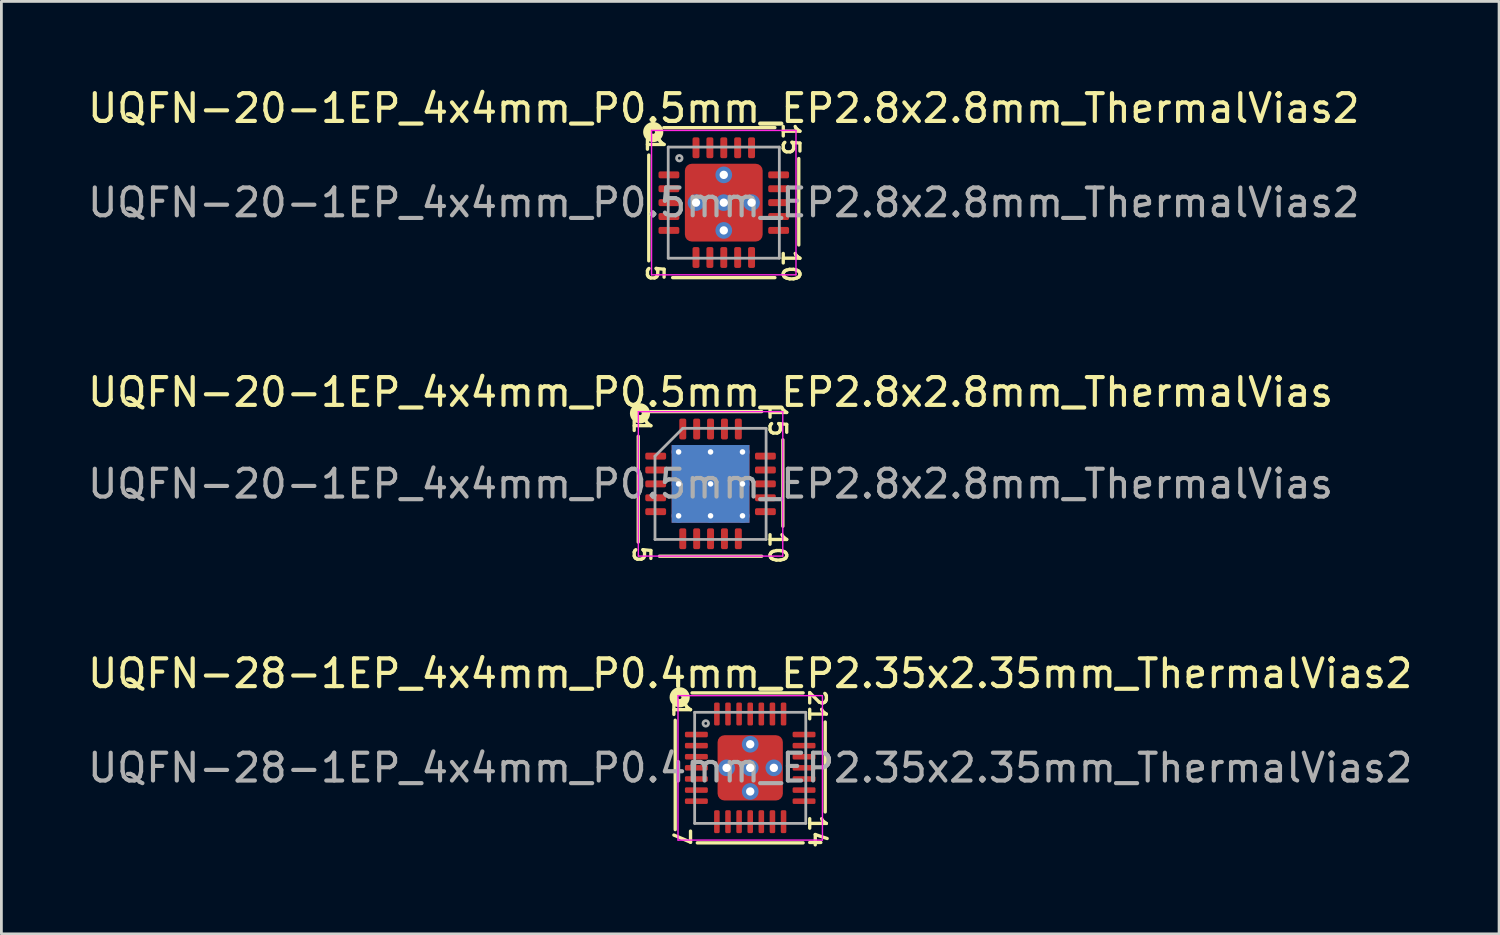
<source format=kicad_pcb>
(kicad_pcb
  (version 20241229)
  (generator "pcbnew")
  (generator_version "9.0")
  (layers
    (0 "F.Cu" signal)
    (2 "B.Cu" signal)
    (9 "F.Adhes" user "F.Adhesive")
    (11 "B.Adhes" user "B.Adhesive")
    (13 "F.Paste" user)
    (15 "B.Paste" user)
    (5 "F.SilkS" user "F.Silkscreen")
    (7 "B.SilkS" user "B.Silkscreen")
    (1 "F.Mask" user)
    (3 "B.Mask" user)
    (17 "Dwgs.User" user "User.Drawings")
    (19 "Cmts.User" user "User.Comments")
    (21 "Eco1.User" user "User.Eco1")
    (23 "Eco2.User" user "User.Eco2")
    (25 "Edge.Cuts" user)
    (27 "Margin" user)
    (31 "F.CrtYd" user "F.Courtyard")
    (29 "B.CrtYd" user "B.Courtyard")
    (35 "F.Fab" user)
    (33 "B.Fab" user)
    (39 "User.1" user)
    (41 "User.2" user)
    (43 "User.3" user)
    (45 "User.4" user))
  (footprint "UQFN-28-1EP_4x4mm_P0.4mm_EP2.35x2.35mm_ThermalVias2"
    (layer "F.Cu")
    (at 23.958 24.593)
    (property "Reference" "UQFN-28-1EP_4x4mm_P0.4mm_EP2.35x2.35mm_ThermalVias2" (at 0 -3.397 0) (layer "F.SilkS") (effects (font (size 1 1) (thickness 0.15))))
    (attr smd)
    (fp_line (start -2.7 -1.714) (end -2.7 2.223) (stroke (width 0.12) (type solid)) (layer "F.SilkS"))
    (fp_line (start -1.905 2.7) (end 1.905 2.7) (stroke (width 0.12) (type solid)) (layer "F.SilkS"))
    (fp_line (start 1.905 -2.7) (end -2.095 -2.7) (stroke (width 0.12) (type solid)) (layer "F.SilkS"))
    (fp_line (start 2.7 1.587) (end 2.7 -1.651) (stroke (width 0.12) (type solid)) (layer "F.SilkS"))
    (fp_circle (center -2.54 -2.54) (end -2.477 -2.54) (stroke (width 0.3) (type solid)) (fill no) (layer "F.SilkS"))
    (fp_line (start -2.6 -2.6) (end -2.6 2.6) (stroke (width 0.05) (type solid)) (layer "F.CrtYd"))
    (fp_line (start -2.6 2.6) (end 2.6 2.6) (stroke (width 0.05) (type solid)) (layer "F.CrtYd"))
    (fp_line (start 2.6 -2.6) (end -2.6 -2.6) (stroke (width 0.05) (type solid)) (layer "F.CrtYd"))
    (fp_line (start 2.6 2.6) (end 2.6 -2.6) (stroke (width 0.05) (type solid)) (layer "F.CrtYd"))
    (fp_line (start -2 -2) (end 2 -2) (stroke (width 0.1) (type solid)) (layer "F.Fab"))
    (fp_line (start -2 2) (end -2 -2) (stroke (width 0.1) (type solid)) (layer "F.Fab"))
    (fp_line (start 2 -2) (end 2 2) (stroke (width 0.1) (type solid)) (layer "F.Fab"))
    (fp_line (start 2 2) (end -2 2) (stroke (width 0.1) (type solid)) (layer "F.Fab"))
    (fp_circle (center -1.6 -1.6) (end -1.5 -1.6) (stroke (width 0.1) (type solid)) (fill no) (layer "F.Fab"))
    (fp_text user "21" (at 2.413 -2.223 270) (unlocked yes) (layer "F.SilkS") (effects (font (size 0.6 0.6) (thickness 0.12))))
    (fp_text user "14" (at 2.413 2.286 270) (unlocked yes) (layer "F.SilkS") (effects (font (size 0.6 0.6) (thickness 0.12))))
    (fp_text user "1" (at -2.477 -2.095 270) (unlocked yes) (layer "F.SilkS") (effects (font (size 0.6 0.6) (thickness 0.12))))
    (fp_text user "7" (at -2.477 2.477 270) (unlocked yes) (layer "F.SilkS") (effects (font (size 0.6 0.6) (thickness 0.12))))
    (fp_text user "${REFERENCE}" (at 0 0 0) (layer "F.Fab") (effects (font (size 1 1) (thickness 0.15))))
    (pad "" smd roundrect (at -0.688 -0.688 270) (size 0.775 0.775) (layers "F.Mask") (roundrect_rratio 0.25))
    (pad "" smd roundrect (at -0.688 0.688 270) (size 0.775 0.775) (layers "F.Mask") (roundrect_rratio 0.25))
    (pad "" smd roundrect (at -0.675 -0.675) (size 0.55 0.55) (layers "F.Paste") (roundrect_rratio 0.25))
    (pad "" smd roundrect (at -0.675 0.675) (size 0.55 0.55) (layers "F.Paste") (roundrect_rratio 0.25))
    (pad "" smd roundrect (at 0.675 -0.675) (size 0.55 0.55) (layers "F.Paste") (roundrect_rratio 0.25))
    (pad "" smd roundrect (at 0.675 0.675) (size 0.55 0.55) (layers "F.Paste") (roundrect_rratio 0.25))
    (pad "" smd roundrect (at 0.688 -0.688 270) (size 0.775 0.775) (layers "F.Mask") (roundrect_rratio 0.25))
    (pad "" smd roundrect (at 0.688 0.688 270) (size 0.775 0.775) (layers "F.Mask") (roundrect_rratio 0.25))
    (pad "1" smd roundrect (at -1.938 -1.2) (size 0.825 0.2) (layers "F.Cu" "F.Mask" "F.Paste") (roundrect_rratio 0.25))
    (pad "2" smd roundrect (at -1.938 -0.8) (size 0.825 0.2) (layers "F.Cu" "F.Mask" "F.Paste") (roundrect_rratio 0.25))
    (pad "3" smd roundrect (at -1.938 -0.4) (size 0.825 0.2) (layers "F.Cu" "F.Mask" "F.Paste") (roundrect_rratio 0.25))
    (pad "4" smd roundrect (at -1.938 0) (size 0.825 0.2) (layers "F.Cu" "F.Mask" "F.Paste") (roundrect_rratio 0.25))
    (pad "5" smd roundrect (at -1.938 0.4) (size 0.825 0.2) (layers "F.Cu" "F.Mask" "F.Paste") (roundrect_rratio 0.25))
    (pad "6" smd roundrect (at -1.938 0.8) (size 0.825 0.2) (layers "F.Cu" "F.Mask" "F.Paste") (roundrect_rratio 0.25))
    (pad "7" smd roundrect (at -1.938 1.2) (size 0.825 0.2) (layers "F.Cu" "F.Mask" "F.Paste") (roundrect_rratio 0.25))
    (pad "8" smd roundrect (at -1.2 1.938) (size 0.2 0.825) (layers "F.Cu" "F.Mask" "F.Paste") (roundrect_rratio 0.25))
    (pad "9" smd roundrect (at -0.8 1.938) (size 0.2 0.825) (layers "F.Cu" "F.Mask" "F.Paste") (roundrect_rratio 0.25))
    (pad "10" smd roundrect (at -0.4 1.938) (size 0.2 0.825) (layers "F.Cu" "F.Mask" "F.Paste") (roundrect_rratio 0.25))
    (pad "11" smd roundrect (at 0 1.938) (size 0.2 0.825) (layers "F.Cu" "F.Mask" "F.Paste") (roundrect_rratio 0.25))
    (pad "12" smd roundrect (at 0.4 1.938) (size 0.2 0.825) (layers "F.Cu" "F.Mask" "F.Paste") (roundrect_rratio 0.25))
    (pad "13" smd roundrect (at 0.8 1.938) (size 0.2 0.825) (layers "F.Cu" "F.Mask" "F.Paste") (roundrect_rratio 0.25))
    (pad "14" smd roundrect (at 1.2 1.938) (size 0.2 0.825) (layers "F.Cu" "F.Mask" "F.Paste") (roundrect_rratio 0.25))
    (pad "15" smd roundrect (at 1.938 1.2) (size 0.825 0.2) (layers "F.Cu" "F.Mask" "F.Paste") (roundrect_rratio 0.25))
    (pad "16" smd roundrect (at 1.938 0.8) (size 0.825 0.2) (layers "F.Cu" "F.Mask" "F.Paste") (roundrect_rratio 0.25))
    (pad "17" smd roundrect (at 1.938 0.4) (size 0.825 0.2) (layers "F.Cu" "F.Mask" "F.Paste") (roundrect_rratio 0.25))
    (pad "18" smd roundrect (at 1.938 0) (size 0.825 0.2) (layers "F.Cu" "F.Mask" "F.Paste") (roundrect_rratio 0.25))
    (pad "19" smd roundrect (at 1.938 -0.4) (size 0.825 0.2) (layers "F.Cu" "F.Mask" "F.Paste") (roundrect_rratio 0.25))
    (pad "20" smd roundrect (at 1.938 -0.8) (size 0.825 0.2) (layers "F.Cu" "F.Mask" "F.Paste") (roundrect_rratio 0.25))
    (pad "21" smd roundrect (at 1.938 -1.2) (size 0.825 0.2) (layers "F.Cu" "F.Mask" "F.Paste") (roundrect_rratio 0.25))
    (pad "22" smd roundrect (at 1.2 -1.938) (size 0.2 0.825) (layers "F.Cu" "F.Mask" "F.Paste") (roundrect_rratio 0.25))
    (pad "23" smd roundrect (at 0.8 -1.938) (size 0.2 0.825) (layers "F.Cu" "F.Mask" "F.Paste") (roundrect_rratio 0.25))
    (pad "24" smd roundrect (at 0.4 -1.938) (size 0.2 0.825) (layers "F.Cu" "F.Mask" "F.Paste") (roundrect_rratio 0.25))
    (pad "25" smd roundrect (at 0 -1.938) (size 0.2 0.825) (layers "F.Cu" "F.Mask" "F.Paste") (roundrect_rratio 0.25))
    (pad "26" smd roundrect (at -0.4 -1.938) (size 0.2 0.825) (layers "F.Cu" "F.Mask" "F.Paste") (roundrect_rratio 0.25))
    (pad "27" smd roundrect (at -0.8 -1.938) (size 0.2 0.825) (layers "F.Cu" "F.Mask" "F.Paste") (roundrect_rratio 0.25))
    (pad "28" smd roundrect (at -1.2 -1.938) (size 0.2 0.825) (layers "F.Cu" "F.Mask" "F.Paste") (roundrect_rratio 0.25))
    (pad "29" thru_hole circle (at -0.85 0 180) (size 0.6 0.6) (drill 0.3) (property pad_prop_heatsink) (layers "*.Cu" "*.Mask"))
    (pad "29" thru_hole circle (at 0 -0.85 180) (size 0.6 0.6) (drill 0.3) (property pad_prop_heatsink) (layers "*.Cu" "*.Mask"))
    (pad "29" thru_hole circle (at 0 0 180) (size 0.6 0.6) (drill 0.3) (property pad_prop_heatsink) (layers "*.Cu" "*.Mask"))
    (pad "29" smd roundrect (at 0 0) (size 2.35 2.35) (layers "F.Cu") (roundrect_rratio 0.106))
    (pad "29" thru_hole circle (at 0 0.85 180) (size 0.6 0.6) (drill 0.3) (property pad_prop_heatsink) (layers "*.Cu" "*.Mask"))
    (pad "29" thru_hole circle (at 0.85 0 180) (size 0.6 0.6) (drill 0.3) (property pad_prop_heatsink) (layers "*.Cu" "*.Mask")))
  (footprint "UQFN-20-1EP_4x4mm_P0.5mm_EP2.8x2.8mm_ThermalVias"
    (layer "F.Cu")
    (at 22.53 14.37)
    (property "Reference" "UQFN-20-1EP_4x4mm_P0.5mm_EP2.8x2.8mm_ThermalVias" (at 0 -3.3 0) (layer "F.SilkS") (effects (font (size 1 1) (thickness 0.15))))
    (attr smd)
    (fp_line (start -2.603 -1.714) (end -2.603 2.095) (stroke (width 0.12) (type solid)) (layer "F.SilkS"))
    (fp_line (start -1.841 2.603) (end 1.841 2.603) (stroke (width 0.12) (type solid)) (layer "F.SilkS"))
    (fp_line (start 1.841 -2.603) (end -2.159 -2.603) (stroke (width 0.12) (type solid)) (layer "F.SilkS"))
    (fp_line (start 2.603 1.524) (end 2.603 -1.587) (stroke (width 0.12) (type solid)) (layer "F.SilkS"))
    (fp_circle (center -2.54 -2.54) (end -2.477 -2.54) (stroke (width 0.3) (type solid)) (fill no) (layer "F.SilkS"))
    (fp_line (start -2.6 -2.6) (end -2.6 2.6) (stroke (width 0.05) (type solid)) (layer "F.CrtYd"))
    (fp_line (start -2.6 2.6) (end 2.6 2.6) (stroke (width 0.05) (type solid)) (layer "F.CrtYd"))
    (fp_line (start 2.6 -2.6) (end -2.6 -2.6) (stroke (width 0.05) (type solid)) (layer "F.CrtYd"))
    (fp_line (start 2.6 2.6) (end 2.6 -2.6) (stroke (width 0.05) (type solid)) (layer "F.CrtYd"))
    (fp_line (start -2 -1) (end -1 -2) (stroke (width 0.1) (type solid)) (layer "F.Fab"))
    (fp_line (start -2 2) (end -2 -1) (stroke (width 0.1) (type solid)) (layer "F.Fab"))
    (fp_line (start -1 -2) (end 2 -2) (stroke (width 0.1) (type solid)) (layer "F.Fab"))
    (fp_line (start 2 -2) (end 2 2) (stroke (width 0.1) (type solid)) (layer "F.Fab"))
    (fp_line (start 2 2) (end -2 2) (stroke (width 0.1) (type solid)) (layer "F.Fab"))
    (fp_text user "1" (at -2.477 -2.095 270) (unlocked yes) (layer "F.SilkS") (effects (font (size 0.6 0.6) (thickness 0.12))))
    (fp_text user "15" (at 2.413 -2.286 270) (unlocked yes) (layer "F.SilkS") (effects (font (size 0.6 0.6) (thickness 0.12))))
    (fp_text user "10" (at 2.413 2.286 270) (unlocked yes) (layer "F.SilkS") (effects (font (size 0.6 0.6) (thickness 0.12))))
    (fp_text user "5" (at -2.477 2.54 270) (unlocked yes) (layer "F.SilkS") (effects (font (size 0.6 0.6) (thickness 0.12))))
    (fp_text user "${REFERENCE}" (at 0 0 0) (layer "F.Fab") (effects (font (size 1 1) (thickness 0.15))))
    (pad "" smd roundrect (at -0.7 -0.7) (size 1.17 1.17) (layers "F.Paste") (roundrect_rratio 0.214))
    (pad "" smd roundrect (at -0.7 0.7) (size 1.17 1.17) (layers "F.Paste") (roundrect_rratio 0.214))
    (pad "" smd roundrect (at 0.7 -0.7) (size 1.17 1.17) (layers "F.Paste") (roundrect_rratio 0.214))
    (pad "" smd roundrect (at 0.7 0.7) (size 1.17 1.17) (layers "F.Paste") (roundrect_rratio 0.214))
    (pad "1" smd roundrect (at -1.975 -1) (size 0.75 0.25) (layers "F.Cu" "F.Mask" "F.Paste") (roundrect_rratio 0.25))
    (pad "2" smd roundrect (at -1.975 -0.5) (size 0.75 0.25) (layers "F.Cu" "F.Mask" "F.Paste") (roundrect_rratio 0.25))
    (pad "3" smd roundrect (at -1.975 0) (size 0.75 0.25) (layers "F.Cu" "F.Mask" "F.Paste") (roundrect_rratio 0.25))
    (pad "4" smd roundrect (at -1.975 0.5) (size 0.75 0.25) (layers "F.Cu" "F.Mask" "F.Paste") (roundrect_rratio 0.25))
    (pad "5" smd roundrect (at -1.975 1) (size 0.75 0.25) (layers "F.Cu" "F.Mask" "F.Paste") (roundrect_rratio 0.25))
    (pad "6" smd roundrect (at -1 1.975) (size 0.25 0.75) (layers "F.Cu" "F.Mask" "F.Paste") (roundrect_rratio 0.25))
    (pad "7" smd roundrect (at -0.5 1.975) (size 0.25 0.75) (layers "F.Cu" "F.Mask" "F.Paste") (roundrect_rratio 0.25))
    (pad "8" smd roundrect (at 0 1.975) (size 0.25 0.75) (layers "F.Cu" "F.Mask" "F.Paste") (roundrect_rratio 0.25))
    (pad "9" smd roundrect (at 0.5 1.975) (size 0.25 0.75) (layers "F.Cu" "F.Mask" "F.Paste") (roundrect_rratio 0.25))
    (pad "10" smd roundrect (at 1 1.975) (size 0.25 0.75) (layers "F.Cu" "F.Mask" "F.Paste") (roundrect_rratio 0.25))
    (pad "11" smd roundrect (at 1.975 1) (size 0.75 0.25) (layers "F.Cu" "F.Mask" "F.Paste") (roundrect_rratio 0.25))
    (pad "12" smd roundrect (at 1.975 0.5) (size 0.75 0.25) (layers "F.Cu" "F.Mask" "F.Paste") (roundrect_rratio 0.25))
    (pad "13" smd roundrect (at 1.975 0) (size 0.75 0.25) (layers "F.Cu" "F.Mask" "F.Paste") (roundrect_rratio 0.25))
    (pad "14" smd roundrect (at 1.975 -0.5) (size 0.75 0.25) (layers "F.Cu" "F.Mask" "F.Paste") (roundrect_rratio 0.25))
    (pad "15" smd roundrect (at 1.975 -1) (size 0.75 0.25) (layers "F.Cu" "F.Mask" "F.Paste") (roundrect_rratio 0.25))
    (pad "16" smd roundrect (at 1 -1.975) (size 0.25 0.75) (layers "F.Cu" "F.Mask" "F.Paste") (roundrect_rratio 0.25))
    (pad "17" smd roundrect (at 0.5 -1.975) (size 0.25 0.75) (layers "F.Cu" "F.Mask" "F.Paste") (roundrect_rratio 0.25))
    (pad "18" smd roundrect (at 0 -1.975) (size 0.25 0.75) (layers "F.Cu" "F.Mask" "F.Paste") (roundrect_rratio 0.25))
    (pad "19" smd roundrect (at -0.5 -1.975) (size 0.25 0.75) (layers "F.Cu" "F.Mask" "F.Paste") (roundrect_rratio 0.25))
    (pad "20" smd roundrect (at -1 -1.975) (size 0.25 0.75) (layers "F.Cu" "F.Mask" "F.Paste") (roundrect_rratio 0.25))
    (pad "21" thru_hole circle (at -1.15 -1.15) (size 0.5 0.5) (drill 0.2) (layers "*.Cu"))
    (pad "21" thru_hole circle (at -1.15 0) (size 0.5 0.5) (drill 0.2) (layers "*.Cu"))
    (pad "21" thru_hole circle (at -1.15 1.15) (size 0.5 0.5) (drill 0.2) (layers "*.Cu"))
    (pad "21" thru_hole circle (at 0 -1.15) (size 0.5 0.5) (drill 0.2) (layers "*.Cu"))
    (pad "21" thru_hole circle (at 0 0) (size 0.5 0.5) (drill 0.2) (layers "*.Cu"))
    (pad "21" smd rect (at 0 0) (size 2.8 2.8) (layers "F.Cu" "F.Mask"))
    (pad "21" smd rect (at 0 0) (size 2.8 2.8) (layers "B.Cu" "B.Mask"))
    (pad "21" thru_hole circle (at 0 1.15) (size 0.5 0.5) (drill 0.2) (layers "*.Cu"))
    (pad "21" thru_hole circle (at 1.15 -1.15) (size 0.5 0.5) (drill 0.2) (layers "*.Cu"))
    (pad "21" thru_hole circle (at 1.15 0) (size 0.5 0.5) (drill 0.2) (layers "*.Cu"))
    (pad "21" thru_hole circle (at 1.15 1.15) (size 0.5 0.5) (drill 0.2) (layers "*.Cu")))
  (footprint "UQFN-20-1EP_4x4mm_P0.5mm_EP2.8x2.8mm_ThermalVias2"
    (layer "F.Cu")
    (at 23.006 4.245)
    (property "Reference" "UQFN-20-1EP_4x4mm_P0.5mm_EP2.8x2.8mm_ThermalVias2" (at 0 -3.397 0) (layer "F.SilkS") (effects (font (size 1 1) (thickness 0.15))))
    (attr smd)
    (fp_line (start -2.7 -1.714) (end -2.7 2.095) (stroke (width 0.12) (type solid)) (layer "F.SilkS"))
    (fp_line (start -1.841 2.7) (end 1.841 2.7) (stroke (width 0.12) (type solid)) (layer "F.SilkS"))
    (fp_line (start 1.841 -2.7) (end -2.159 -2.7) (stroke (width 0.12) (type solid)) (layer "F.SilkS"))
    (fp_line (start 2.7 1.524) (end 2.7 -1.587) (stroke (width 0.12) (type solid)) (layer "F.SilkS"))
    (fp_circle (center -2.54 -2.54) (end -2.477 -2.54) (stroke (width 0.3) (type solid)) (fill no) (layer "F.SilkS"))
    (fp_line (start -2.6 -2.6) (end -2.6 2.6) (stroke (width 0.05) (type solid)) (layer "F.CrtYd"))
    (fp_line (start -2.6 2.6) (end 2.6 2.6) (stroke (width 0.05) (type solid)) (layer "F.CrtYd"))
    (fp_line (start 2.6 -2.6) (end -2.6 -2.6) (stroke (width 0.05) (type solid)) (layer "F.CrtYd"))
    (fp_line (start 2.6 2.6) (end 2.6 -2.6) (stroke (width 0.05) (type solid)) (layer "F.CrtYd"))
    (fp_line (start -2 -2) (end 2 -2) (stroke (width 0.1) (type solid)) (layer "F.Fab"))
    (fp_line (start -2 2) (end -2 -2) (stroke (width 0.1) (type solid)) (layer "F.Fab"))
    (fp_line (start 2 -2) (end 2 2) (stroke (width 0.1) (type solid)) (layer "F.Fab"))
    (fp_line (start 2 2) (end -2 2) (stroke (width 0.1) (type solid)) (layer "F.Fab"))
    (fp_circle (center -1.6 -1.6) (end -1.5 -1.6) (stroke (width 0.1) (type solid)) (fill no) (layer "F.Fab"))
    (fp_text user "15" (at 2.413 -2.286 270) (unlocked yes) (layer "F.SilkS") (effects (font (size 0.6 0.6) (thickness 0.12))))
    (fp_text user "1" (at -2.477 -2.095 270) (unlocked yes) (layer "F.SilkS") (effects (font (size 0.6 0.6) (thickness 0.12))))
    (fp_text user "10" (at 2.413 2.286 270) (unlocked yes) (layer "F.SilkS") (effects (font (size 0.6 0.6) (thickness 0.12))))
    (fp_text user "5" (at -2.477 2.54 270) (unlocked yes) (layer "F.SilkS") (effects (font (size 0.6 0.6) (thickness 0.12))))
    (fp_text user "${REFERENCE}" (at 0 0 0) (layer "F.Fab") (effects (font (size 1 1) (thickness 0.15))))
    (pad "" smd roundrect (at -0.8 -0.8) (size 0.7 0.7) (layers "F.Paste") (roundrect_rratio 0.25))
    (pad "" smd roundrect (at -0.8 -0.8 270) (size 1 1) (layers "F.Mask") (roundrect_rratio 0.25))
    (pad "" smd roundrect (at -0.8 0.8 90) (size 0.7 0.7) (layers "F.Paste") (roundrect_rratio 0.25))
    (pad "" smd roundrect (at -0.8 0.8 270) (size 1 1) (layers "F.Mask") (roundrect_rratio 0.25))
    (pad "" smd roundrect (at 0.775 -0.775) (size 0.75 0.75) (layers "F.Paste") (roundrect_rratio 0.25))
    (pad "" smd roundrect (at 0.8 -0.8 270) (size 1 1) (layers "F.Mask") (roundrect_rratio 0.25))
    (pad "" smd roundrect (at 0.8 0.8) (size 0.7 0.7) (layers "F.Paste") (roundrect_rratio 0.25))
    (pad "" smd roundrect (at 0.8 0.8 270) (size 1 1) (layers "F.Mask") (roundrect_rratio 0.25))
    (pad "1" smd roundrect (at -1.975 -1) (size 0.75 0.25) (layers "F.Cu" "F.Mask" "F.Paste") (roundrect_rratio 0.25))
    (pad "2" smd roundrect (at -1.975 -0.5) (size 0.75 0.25) (layers "F.Cu" "F.Mask" "F.Paste") (roundrect_rratio 0.25))
    (pad "3" smd roundrect (at -1.975 0) (size 0.75 0.25) (layers "F.Cu" "F.Mask" "F.Paste") (roundrect_rratio 0.25))
    (pad "4" smd roundrect (at -1.975 0.5) (size 0.75 0.25) (layers "F.Cu" "F.Mask" "F.Paste") (roundrect_rratio 0.25))
    (pad "5" smd roundrect (at -1.975 1) (size 0.75 0.25) (layers "F.Cu" "F.Mask" "F.Paste") (roundrect_rratio 0.25))
    (pad "6" smd roundrect (at -1 1.975) (size 0.25 0.75) (layers "F.Cu" "F.Mask" "F.Paste") (roundrect_rratio 0.25))
    (pad "7" smd roundrect (at -0.5 1.975) (size 0.25 0.75) (layers "F.Cu" "F.Mask" "F.Paste") (roundrect_rratio 0.25))
    (pad "8" smd roundrect (at 0 1.975) (size 0.25 0.75) (layers "F.Cu" "F.Mask" "F.Paste") (roundrect_rratio 0.25))
    (pad "9" smd roundrect (at 0.5 1.975) (size 0.25 0.75) (layers "F.Cu" "F.Mask" "F.Paste") (roundrect_rratio 0.25))
    (pad "10" smd roundrect (at 1 1.975) (size 0.25 0.75) (layers "F.Cu" "F.Mask" "F.Paste") (roundrect_rratio 0.25))
    (pad "11" smd roundrect (at 1.975 1) (size 0.75 0.25) (layers "F.Cu" "F.Mask" "F.Paste") (roundrect_rratio 0.25))
    (pad "12" smd roundrect (at 1.975 0.5) (size 0.75 0.25) (layers "F.Cu" "F.Mask" "F.Paste") (roundrect_rratio 0.25))
    (pad "13" smd roundrect (at 1.975 0) (size 0.75 0.25) (layers "F.Cu" "F.Mask" "F.Paste") (roundrect_rratio 0.25))
    (pad "14" smd roundrect (at 1.975 -0.5) (size 0.75 0.25) (layers "F.Cu" "F.Mask" "F.Paste") (roundrect_rratio 0.25))
    (pad "15" smd roundrect (at 1.975 -1) (size 0.75 0.25) (layers "F.Cu" "F.Mask" "F.Paste") (roundrect_rratio 0.25))
    (pad "16" smd roundrect (at 1 -1.975) (size 0.25 0.75) (layers "F.Cu" "F.Mask" "F.Paste") (roundrect_rratio 0.25))
    (pad "17" smd roundrect (at 0.5 -1.975) (size 0.25 0.75) (layers "F.Cu" "F.Mask" "F.Paste") (roundrect_rratio 0.25))
    (pad "18" smd roundrect (at 0 -1.975) (size 0.25 0.75) (layers "F.Cu" "F.Mask" "F.Paste") (roundrect_rratio 0.25))
    (pad "19" smd roundrect (at -0.5 -1.975) (size 0.25 0.75) (layers "F.Cu" "F.Mask" "F.Paste") (roundrect_rratio 0.25))
    (pad "20" smd roundrect (at -1 -1.975) (size 0.25 0.75) (layers "F.Cu" "F.Mask" "F.Paste") (roundrect_rratio 0.25))
    (pad "21" thru_hole circle (at -1 0 180) (size 0.6 0.6) (drill 0.3) (property pad_prop_heatsink) (layers "*.Cu" "*.Mask"))
    (pad "21" thru_hole circle (at 0 -1 180) (size 0.6 0.6) (drill 0.3) (property pad_prop_heatsink) (layers "*.Cu" "*.Mask"))
    (pad "21" thru_hole circle (at 0 0 180) (size 0.6 0.6) (drill 0.3) (property pad_prop_heatsink) (layers "*.Cu" "*.Mask"))
    (pad "21" smd roundrect (at 0 0) (size 2.8 2.8) (layers "F.Cu") (roundrect_rratio 0.089))
    (pad "21" thru_hole circle (at 0 1 180) (size 0.6 0.6) (drill 0.3) (property pad_prop_heatsink) (layers "*.Cu" "*.Mask"))
    (pad "21" thru_hole circle (at 1 0 180) (size 0.6 0.6) (drill 0.3) (property pad_prop_heatsink) (layers "*.Cu" "*.Mask")))
  (gr_rect
    (start -3 -3)
    (end 50.917 30.57)
    (stroke (width 0.1) (type default))
    (fill no)
    (layer "Edge.Cuts")))
</source>
